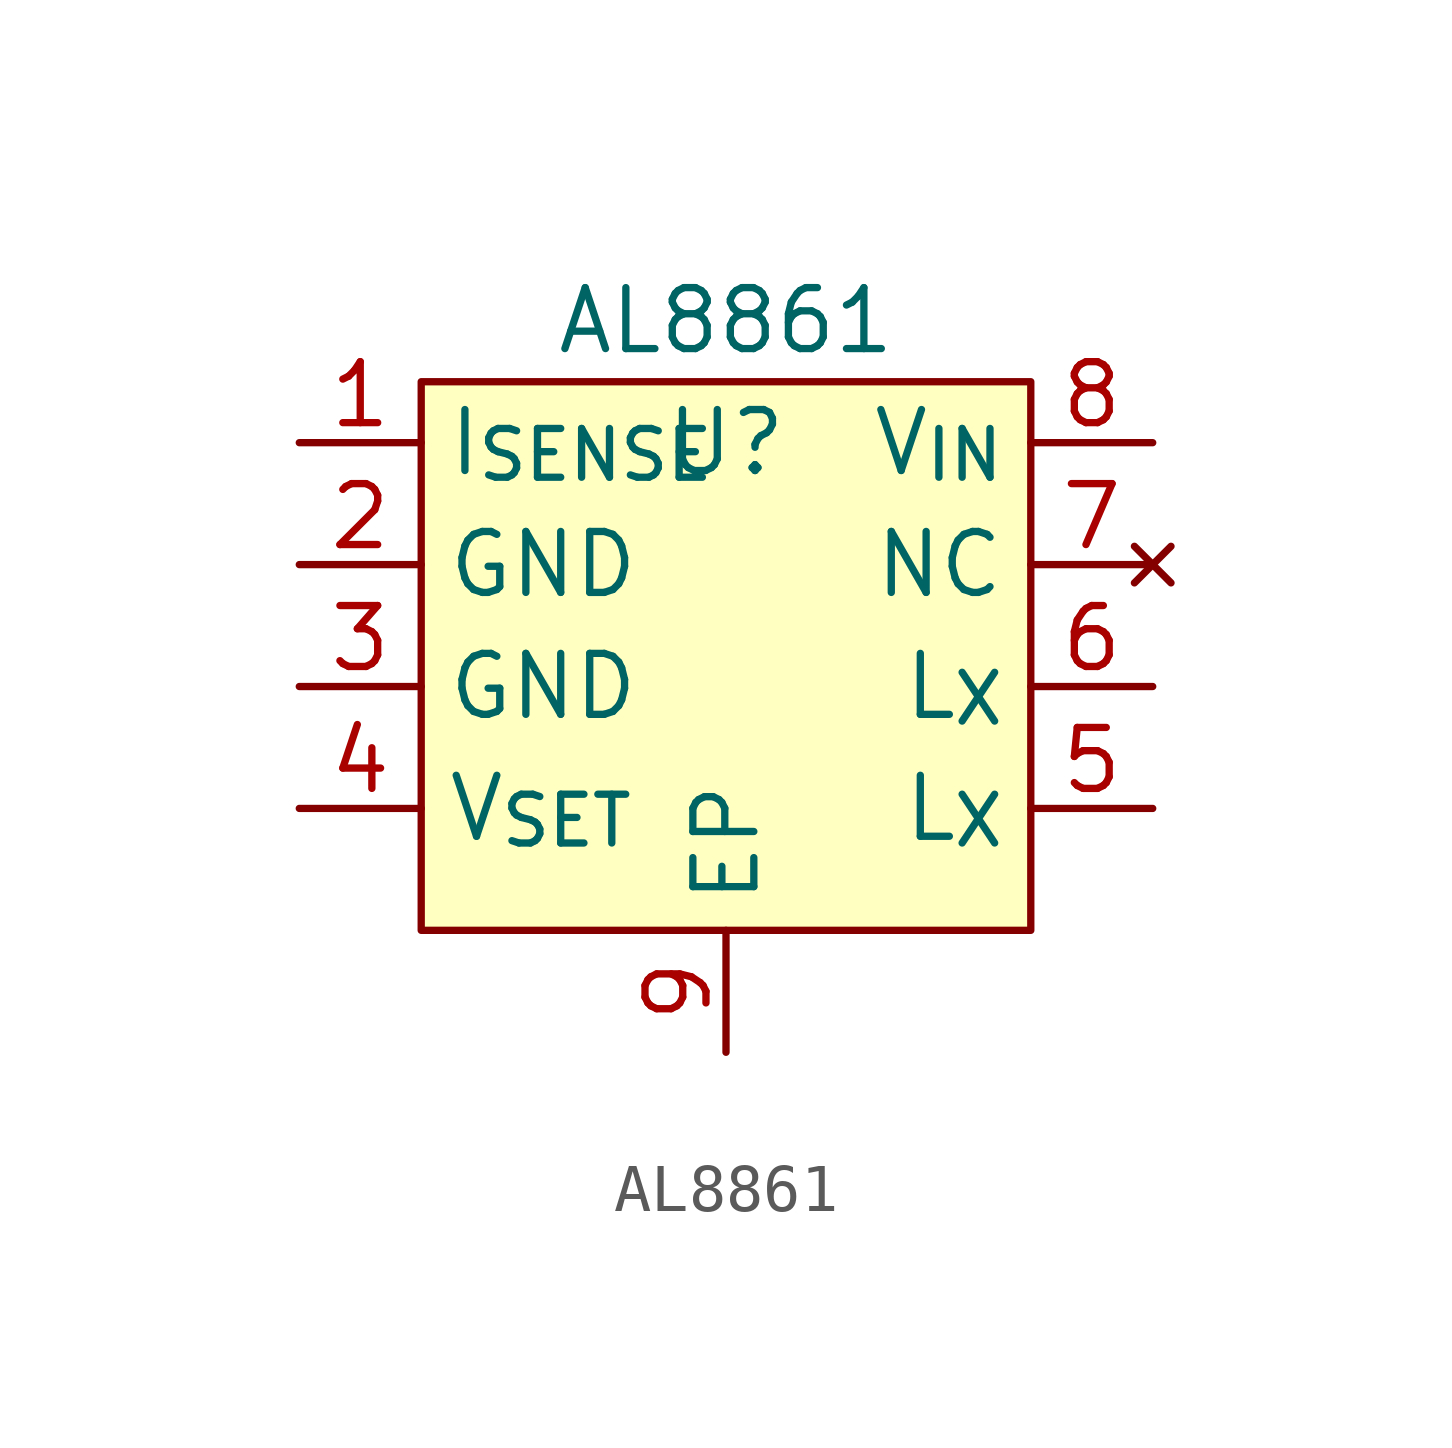
<source format=kicad_sym>
(kicad_symbol_lib
  (version 20220914)
  (generator kicad_symbol_editor)
  (symbol "AL8861"
    (property "Reference" "U"
      (at 0 5.08 0)
      (effects (font (size 1.27 1.27))))
    (property "Value" "AL8861"
      (at 0 7.62 0)
      (effects (font (size 1.27 1.27))))
    (symbol "AL8861_1_1"
      (rectangle (start -6.35 6.35) (end 6.35 -5.08) (stroke (width 0) (type default)) (fill (type background)))
      (pin passive line (at -8.89 5.08 0) (length 2.54) (name "I_{SENSE}" (effects (font (size 1.27 1.27)))) (number "1" (effects (font (size 1.27 1.27)))))
      (pin passive line (at -8.89 2.54 0) (length 2.54) (name "GND" (effects (font (size 1.27 1.27)))) (number "2" (effects (font (size 1.27 1.27)))))
      (pin passive line (at -8.89 0 0) (length 2.54) (name "GND" (effects (font (size 1.27 1.27)))) (number "3" (effects (font (size 1.27 1.27)))))
      (pin passive line (at -8.89 -2.54 0) (length 2.54) (name "V_{SET}" (effects (font (size 1.27 1.27)))) (number "4" (effects (font (size 1.27 1.27)))))
      (pin passive line (at 8.89 -2.54 180) (length 2.54) (name "L_{X}" (effects (font (size 1.27 1.27)))) (number "5" (effects (font (size 1.27 1.27)))))
      (pin passive line (at 8.89 0 180) (length 2.54) (name "L_{X}" (effects (font (size 1.27 1.27)))) (number "6" (effects (font (size 1.27 1.27)))))
      (pin no_connect line (at 8.89 2.54 180) (length 2.54) (name "NC" (effects (font (size 1.27 1.27)))) (number "7" (effects (font (size 1.27 1.27)))))
      (pin power_in line (at 8.89 5.08 180) (length 2.54) (name "V_{IN}" (effects (font (size 1.27 1.27)))) (number "8" (effects (font (size 1.27 1.27)))))
      (pin passive line (at 0 -7.62 90) (length 2.54) (name "EP" (effects (font (size 1.27 1.27)))) (number "9" (effects (font (size 1.27 1.27))))))))
</source>
